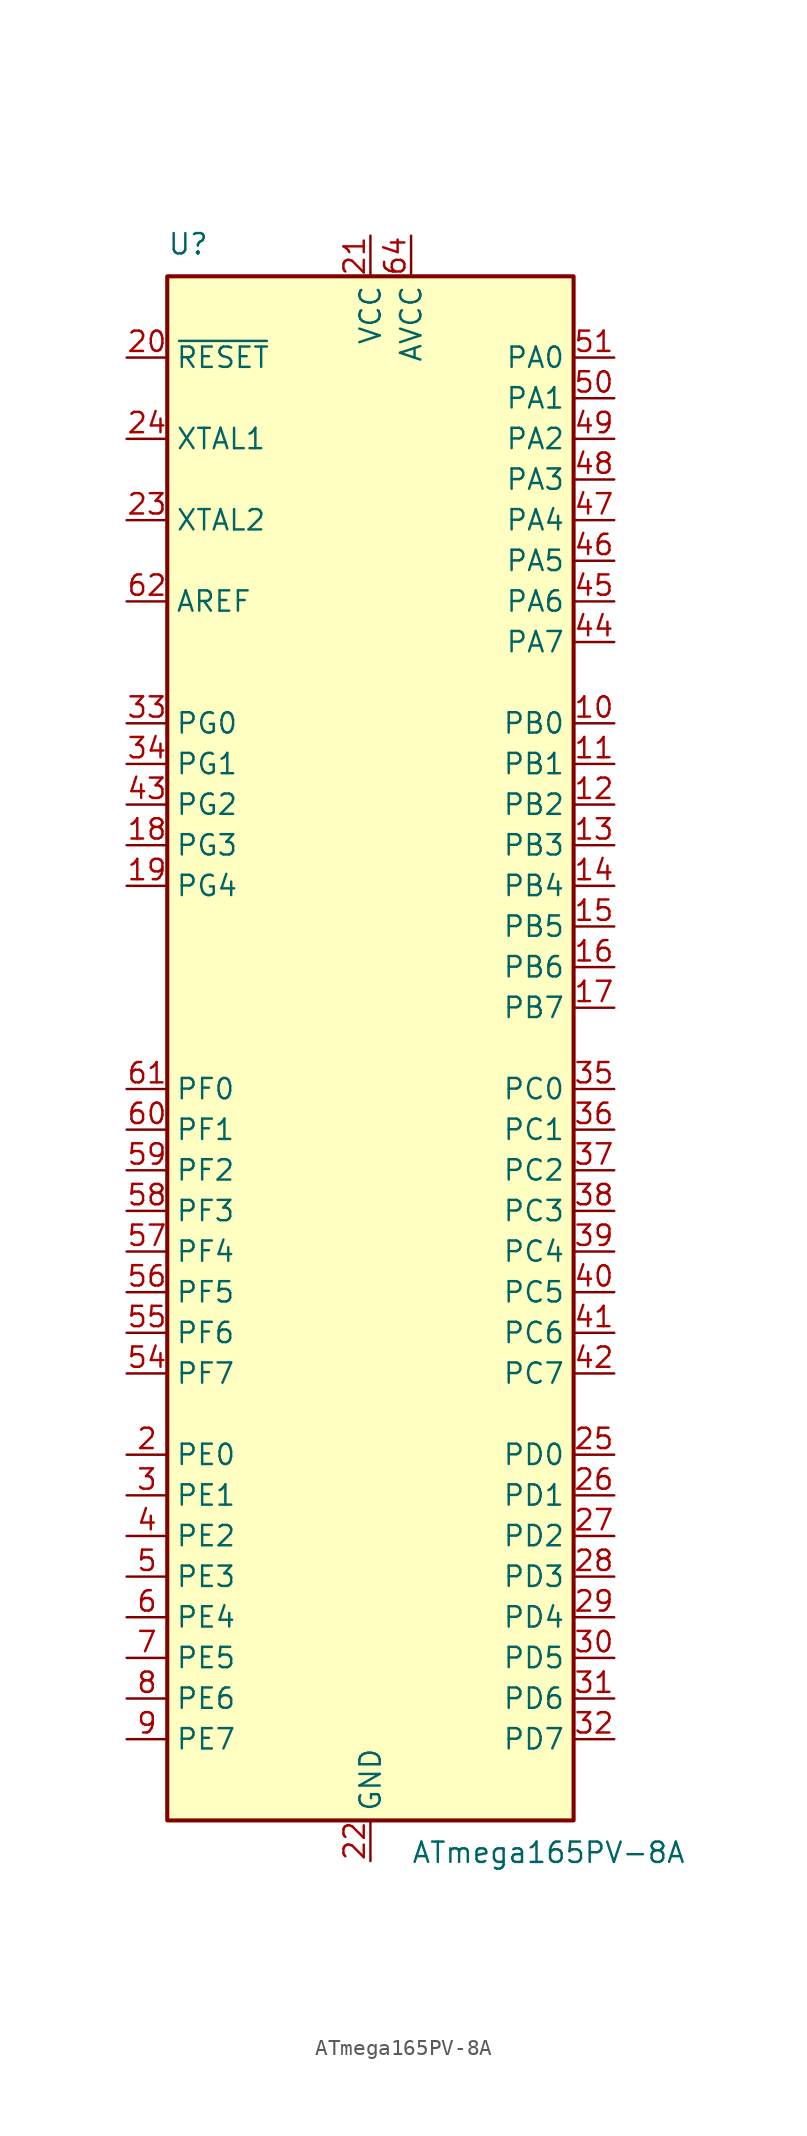
<source format=kicad_sym>
(kicad_symbol_lib
  (version 20241209)
  (generator "kicad_symbol_editor")
  (generator_version "9.0")
  (symbol "ATmega165PV-8A"
    (property "Reference" "U"
      (at -12.7 49.53 0)
      (effects (font (size 1.27 1.27)) (justify left bottom)))
    (property "Value" "ATmega165PV-8A"
      (at 2.54 -49.53 0)
      (effects (font (size 1.27 1.27)) (justify left top)))
    (symbol "ATmega165PV-8A_0_1"
      (rectangle (start -12.7 -48.26) (end 12.7 48.26) (stroke (width 0.254) (type default)) (fill (type background))))
    (symbol "ATmega165PV-8A_1_1"
      (pin input line (at -15.24 43.18 0) (length 2.54) (name "~{RESET}" (effects (font (size 1.27 1.27)))) (number "20" (effects (font (size 1.27 1.27)))))
      (pin input line (at -15.24 38.1 0) (length 2.54) (name "XTAL1" (effects (font (size 1.27 1.27)))) (number "24" (effects (font (size 1.27 1.27)))))
      (pin output line (at -15.24 33.02 0) (length 2.54) (name "XTAL2" (effects (font (size 1.27 1.27)))) (number "23" (effects (font (size 1.27 1.27)))))
      (pin passive line (at -15.24 27.94 0) (length 2.54) (name "AREF" (effects (font (size 1.27 1.27)))) (number "62" (effects (font (size 1.27 1.27)))))
      (pin bidirectional line (at -15.24 20.32 0) (length 2.54) (name "PG0" (effects (font (size 1.27 1.27)))) (number "33" (effects (font (size 1.27 1.27)))))
      (pin bidirectional line (at -15.24 17.78 0) (length 2.54) (name "PG1" (effects (font (size 1.27 1.27)))) (number "34" (effects (font (size 1.27 1.27)))))
      (pin bidirectional line (at -15.24 15.24 0) (length 2.54) (name "PG2" (effects (font (size 1.27 1.27)))) (number "43" (effects (font (size 1.27 1.27)))))
      (pin bidirectional line (at -15.24 12.7 0) (length 2.54) (name "PG3" (effects (font (size 1.27 1.27)))) (number "18" (effects (font (size 1.27 1.27)))))
      (pin bidirectional line (at -15.24 10.16 0) (length 2.54) (name "PG4" (effects (font (size 1.27 1.27)))) (number "19" (effects (font (size 1.27 1.27)))))
      (pin bidirectional line (at -15.24 -2.54 0) (length 2.54) (name "PF0" (effects (font (size 1.27 1.27)))) (number "61" (effects (font (size 1.27 1.27)))))
      (pin bidirectional line (at -15.24 -5.08 0) (length 2.54) (name "PF1" (effects (font (size 1.27 1.27)))) (number "60" (effects (font (size 1.27 1.27)))))
      (pin bidirectional line (at -15.24 -7.62 0) (length 2.54) (name "PF2" (effects (font (size 1.27 1.27)))) (number "59" (effects (font (size 1.27 1.27)))))
      (pin bidirectional line (at -15.24 -10.16 0) (length 2.54) (name "PF3" (effects (font (size 1.27 1.27)))) (number "58" (effects (font (size 1.27 1.27)))))
      (pin bidirectional line (at -15.24 -12.7 0) (length 2.54) (name "PF4" (effects (font (size 1.27 1.27)))) (number "57" (effects (font (size 1.27 1.27)))))
      (pin bidirectional line (at -15.24 -15.24 0) (length 2.54) (name "PF5" (effects (font (size 1.27 1.27)))) (number "56" (effects (font (size 1.27 1.27)))))
      (pin bidirectional line (at -15.24 -17.78 0) (length 2.54) (name "PF6" (effects (font (size 1.27 1.27)))) (number "55" (effects (font (size 1.27 1.27)))))
      (pin bidirectional line (at -15.24 -20.32 0) (length 2.54) (name "PF7" (effects (font (size 1.27 1.27)))) (number "54" (effects (font (size 1.27 1.27)))))
      (pin bidirectional line (at -15.24 -25.4 0) (length 2.54) (name "PE0" (effects (font (size 1.27 1.27)))) (number "2" (effects (font (size 1.27 1.27)))))
      (pin bidirectional line (at -15.24 -27.94 0) (length 2.54) (name "PE1" (effects (font (size 1.27 1.27)))) (number "3" (effects (font (size 1.27 1.27)))))
      (pin bidirectional line (at -15.24 -30.48 0) (length 2.54) (name "PE2" (effects (font (size 1.27 1.27)))) (number "4" (effects (font (size 1.27 1.27)))))
      (pin bidirectional line (at -15.24 -33.02 0) (length 2.54) (name "PE3" (effects (font (size 1.27 1.27)))) (number "5" (effects (font (size 1.27 1.27)))))
      (pin bidirectional line (at -15.24 -35.56 0) (length 2.54) (name "PE4" (effects (font (size 1.27 1.27)))) (number "6" (effects (font (size 1.27 1.27)))))
      (pin bidirectional line (at -15.24 -38.1 0) (length 2.54) (name "PE5" (effects (font (size 1.27 1.27)))) (number "7" (effects (font (size 1.27 1.27)))))
      (pin bidirectional line (at -15.24 -40.64 0) (length 2.54) (name "PE6" (effects (font (size 1.27 1.27)))) (number "8" (effects (font (size 1.27 1.27)))))
      (pin bidirectional line (at -15.24 -43.18 0) (length 2.54) (name "PE7" (effects (font (size 1.27 1.27)))) (number "9" (effects (font (size 1.27 1.27)))))
      (pin no_connect line (at -12.7 -45.72 0) (length 2.54) (hide yes) (name "NC" (effects (font (size 1.27 1.27)))) (number "1" (effects (font (size 1.27 1.27)))))
      (pin power_in line (at 0 50.8 270) (length 2.54) (name "VCC" (effects (font (size 1.27 1.27)))) (number "21" (effects (font (size 1.27 1.27)))))
      (pin passive line (at 0 50.8 270) (length 2.54) (hide yes) (name "VCC" (effects (font (size 1.27 1.27)))) (number "52" (effects (font (size 1.27 1.27)))))
      (pin power_in line (at 0 -50.8 90) (length 2.54) (name "GND" (effects (font (size 1.27 1.27)))) (number "22" (effects (font (size 1.27 1.27)))))
      (pin passive line (at 0 -50.8 90) (length 2.54) (hide yes) (name "GND" (effects (font (size 1.27 1.27)))) (number "53" (effects (font (size 1.27 1.27)))))
      (pin passive line (at 0 -50.8 90) (length 2.54) (hide yes) (name "GND" (effects (font (size 1.27 1.27)))) (number "63" (effects (font (size 1.27 1.27)))))
      (pin power_in line (at 2.54 50.8 270) (length 2.54) (name "AVCC" (effects (font (size 1.27 1.27)))) (number "64" (effects (font (size 1.27 1.27)))))
      (pin bidirectional line (at 15.24 43.18 180) (length 2.54) (name "PA0" (effects (font (size 1.27 1.27)))) (number "51" (effects (font (size 1.27 1.27)))))
      (pin bidirectional line (at 15.24 40.64 180) (length 2.54) (name "PA1" (effects (font (size 1.27 1.27)))) (number "50" (effects (font (size 1.27 1.27)))))
      (pin bidirectional line (at 15.24 38.1 180) (length 2.54) (name "PA2" (effects (font (size 1.27 1.27)))) (number "49" (effects (font (size 1.27 1.27)))))
      (pin bidirectional line (at 15.24 35.56 180) (length 2.54) (name "PA3" (effects (font (size 1.27 1.27)))) (number "48" (effects (font (size 1.27 1.27)))))
      (pin bidirectional line (at 15.24 33.02 180) (length 2.54) (name "PA4" (effects (font (size 1.27 1.27)))) (number "47" (effects (font (size 1.27 1.27)))))
      (pin bidirectional line (at 15.24 30.48 180) (length 2.54) (name "PA5" (effects (font (size 1.27 1.27)))) (number "46" (effects (font (size 1.27 1.27)))))
      (pin bidirectional line (at 15.24 27.94 180) (length 2.54) (name "PA6" (effects (font (size 1.27 1.27)))) (number "45" (effects (font (size 1.27 1.27)))))
      (pin bidirectional line (at 15.24 25.4 180) (length 2.54) (name "PA7" (effects (font (size 1.27 1.27)))) (number "44" (effects (font (size 1.27 1.27)))))
      (pin bidirectional line (at 15.24 20.32 180) (length 2.54) (name "PB0" (effects (font (size 1.27 1.27)))) (number "10" (effects (font (size 1.27 1.27)))))
      (pin bidirectional line (at 15.24 17.78 180) (length 2.54) (name "PB1" (effects (font (size 1.27 1.27)))) (number "11" (effects (font (size 1.27 1.27)))))
      (pin bidirectional line (at 15.24 15.24 180) (length 2.54) (name "PB2" (effects (font (size 1.27 1.27)))) (number "12" (effects (font (size 1.27 1.27)))))
      (pin bidirectional line (at 15.24 12.7 180) (length 2.54) (name "PB3" (effects (font (size 1.27 1.27)))) (number "13" (effects (font (size 1.27 1.27)))))
      (pin bidirectional line (at 15.24 10.16 180) (length 2.54) (name "PB4" (effects (font (size 1.27 1.27)))) (number "14" (effects (font (size 1.27 1.27)))))
      (pin bidirectional line (at 15.24 7.62 180) (length 2.54) (name "PB5" (effects (font (size 1.27 1.27)))) (number "15" (effects (font (size 1.27 1.27)))))
      (pin bidirectional line (at 15.24 5.08 180) (length 2.54) (name "PB6" (effects (font (size 1.27 1.27)))) (number "16" (effects (font (size 1.27 1.27)))))
      (pin bidirectional line (at 15.24 2.54 180) (length 2.54) (name "PB7" (effects (font (size 1.27 1.27)))) (number "17" (effects (font (size 1.27 1.27)))))
      (pin bidirectional line (at 15.24 -2.54 180) (length 2.54) (name "PC0" (effects (font (size 1.27 1.27)))) (number "35" (effects (font (size 1.27 1.27)))))
      (pin bidirectional line (at 15.24 -5.08 180) (length 2.54) (name "PC1" (effects (font (size 1.27 1.27)))) (number "36" (effects (font (size 1.27 1.27)))))
      (pin bidirectional line (at 15.24 -7.62 180) (length 2.54) (name "PC2" (effects (font (size 1.27 1.27)))) (number "37" (effects (font (size 1.27 1.27)))))
      (pin bidirectional line (at 15.24 -10.16 180) (length 2.54) (name "PC3" (effects (font (size 1.27 1.27)))) (number "38" (effects (font (size 1.27 1.27)))))
      (pin bidirectional line (at 15.24 -12.7 180) (length 2.54) (name "PC4" (effects (font (size 1.27 1.27)))) (number "39" (effects (font (size 1.27 1.27)))))
      (pin bidirectional line (at 15.24 -15.24 180) (length 2.54) (name "PC5" (effects (font (size 1.27 1.27)))) (number "40" (effects (font (size 1.27 1.27)))))
      (pin bidirectional line (at 15.24 -17.78 180) (length 2.54) (name "PC6" (effects (font (size 1.27 1.27)))) (number "41" (effects (font (size 1.27 1.27)))))
      (pin bidirectional line (at 15.24 -20.32 180) (length 2.54) (name "PC7" (effects (font (size 1.27 1.27)))) (number "42" (effects (font (size 1.27 1.27)))))
      (pin bidirectional line (at 15.24 -25.4 180) (length 2.54) (name "PD0" (effects (font (size 1.27 1.27)))) (number "25" (effects (font (size 1.27 1.27)))))
      (pin bidirectional line (at 15.24 -27.94 180) (length 2.54) (name "PD1" (effects (font (size 1.27 1.27)))) (number "26" (effects (font (size 1.27 1.27)))))
      (pin bidirectional line (at 15.24 -30.48 180) (length 2.54) (name "PD2" (effects (font (size 1.27 1.27)))) (number "27" (effects (font (size 1.27 1.27)))))
      (pin bidirectional line (at 15.24 -33.02 180) (length 2.54) (name "PD3" (effects (font (size 1.27 1.27)))) (number "28" (effects (font (size 1.27 1.27)))))
      (pin bidirectional line (at 15.24 -35.56 180) (length 2.54) (name "PD4" (effects (font (size 1.27 1.27)))) (number "29" (effects (font (size 1.27 1.27)))))
      (pin bidirectional line (at 15.24 -38.1 180) (length 2.54) (name "PD5" (effects (font (size 1.27 1.27)))) (number "30" (effects (font (size 1.27 1.27)))))
      (pin bidirectional line (at 15.24 -40.64 180) (length 2.54) (name "PD6" (effects (font (size 1.27 1.27)))) (number "31" (effects (font (size 1.27 1.27)))))
      (pin bidirectional line (at 15.24 -43.18 180) (length 2.54) (name "PD7" (effects (font (size 1.27 1.27)))) (number "32" (effects (font (size 1.27 1.27))))))))
</source>
